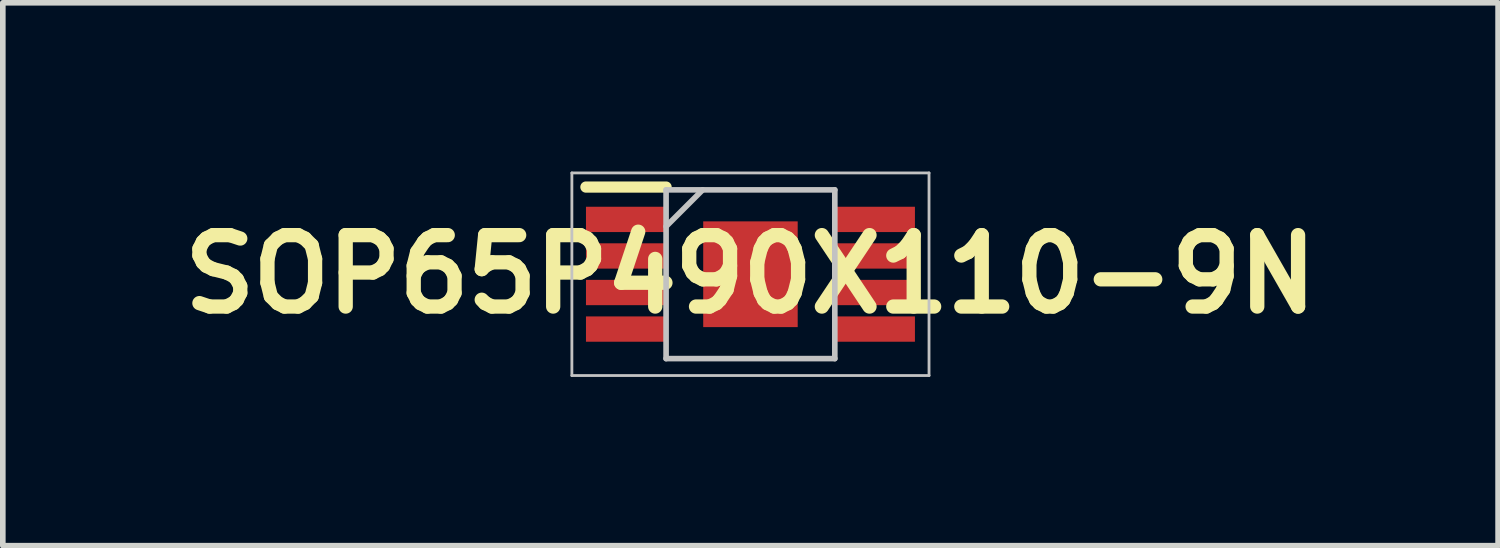
<source format=kicad_pcb>
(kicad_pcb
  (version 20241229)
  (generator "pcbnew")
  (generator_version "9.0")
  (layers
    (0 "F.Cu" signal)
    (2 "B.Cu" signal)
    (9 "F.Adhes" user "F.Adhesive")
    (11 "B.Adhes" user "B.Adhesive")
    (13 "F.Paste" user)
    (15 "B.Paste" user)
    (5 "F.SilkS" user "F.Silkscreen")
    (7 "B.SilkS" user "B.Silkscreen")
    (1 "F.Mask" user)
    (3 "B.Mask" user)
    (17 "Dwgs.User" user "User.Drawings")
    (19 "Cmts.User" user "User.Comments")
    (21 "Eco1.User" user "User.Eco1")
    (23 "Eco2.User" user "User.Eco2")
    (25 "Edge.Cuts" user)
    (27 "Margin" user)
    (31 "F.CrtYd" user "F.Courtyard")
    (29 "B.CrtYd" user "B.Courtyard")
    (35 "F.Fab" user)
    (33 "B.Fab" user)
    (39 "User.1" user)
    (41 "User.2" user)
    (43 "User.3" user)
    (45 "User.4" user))
  (footprint "SOP65P490X110-9N"
    (layer "F.Cu")
    (at 10.293 1.826)
    (property "Reference" "SOP65P490X110-9N" (at 0 0 0) (layer "F.SilkS") (effects (font (size 1.27 1.27) (thickness 0.254))))
    (attr smd)
    (fp_line (start -2.925 -1.55) (end -1.5 -1.55) (stroke (width 0.2) (type solid)) (layer "F.SilkS"))
    (fp_line (start -3.175 -1.801) (end 3.175 -1.801) (stroke (width 0.05) (type solid)) (layer "Dwgs.User"))
    (fp_line (start -3.175 1.801) (end -3.175 -1.801) (stroke (width 0.05) (type solid)) (layer "Dwgs.User"))
    (fp_line (start -1.5 -1.5) (end 1.5 -1.5) (stroke (width 0.1) (type solid)) (layer "Dwgs.User"))
    (fp_line (start -1.5 -0.85) (end -0.85 -1.5) (stroke (width 0.1) (type solid)) (layer "Dwgs.User"))
    (fp_line (start -1.5 1.5) (end -1.5 -1.5) (stroke (width 0.1) (type solid)) (layer "Dwgs.User"))
    (fp_line (start 1.5 -1.5) (end 1.5 1.5) (stroke (width 0.1) (type solid)) (layer "Dwgs.User"))
    (fp_line (start 1.5 1.5) (end -1.5 1.5) (stroke (width 0.1) (type solid)) (layer "Dwgs.User"))
    (fp_line (start 3.175 -1.801) (end 3.175 1.801) (stroke (width 0.05) (type solid)) (layer "Dwgs.User"))
    (fp_line (start 3.175 1.801) (end -3.175 1.801) (stroke (width 0.05) (type solid)) (layer "Dwgs.User"))
    (pad "1" smd rect (at -2.212 -0.975 90) (size 0.45 1.425) (layers "F.Cu" "F.Mask" "F.Paste"))
    (pad "2" smd rect (at -2.212 -0.325 90) (size 0.45 1.425) (layers "F.Cu" "F.Mask" "F.Paste"))
    (pad "3" smd rect (at -2.212 0.325 90) (size 0.45 1.425) (layers "F.Cu" "F.Mask" "F.Paste"))
    (pad "4" smd rect (at -2.212 0.975 90) (size 0.45 1.425) (layers "F.Cu" "F.Mask" "F.Paste"))
    (pad "5" smd rect (at 2.212 0.975 90) (size 0.45 1.425) (layers "F.Cu" "F.Mask" "F.Paste"))
    (pad "6" smd rect (at 2.212 0.325 90) (size 0.45 1.425) (layers "F.Cu" "F.Mask" "F.Paste"))
    (pad "7" smd rect (at 2.212 -0.325 90) (size 0.45 1.425) (layers "F.Cu" "F.Mask" "F.Paste"))
    (pad "8" smd rect (at 0 0) (size 1.68 1.88) (layers "F.Cu" "F.Mask" "F.Paste"))
    (pad "8" smd rect (at 2.212 -0.975 90) (size 0.45 1.425) (layers "F.Cu" "F.Mask" "F.Paste")))
  (gr_rect
    (start -3 -3)
    (end 23.586 6.652)
    (stroke (width 0.1) (type default))
    (fill no)
    (layer "Edge.Cuts")))
</source>
